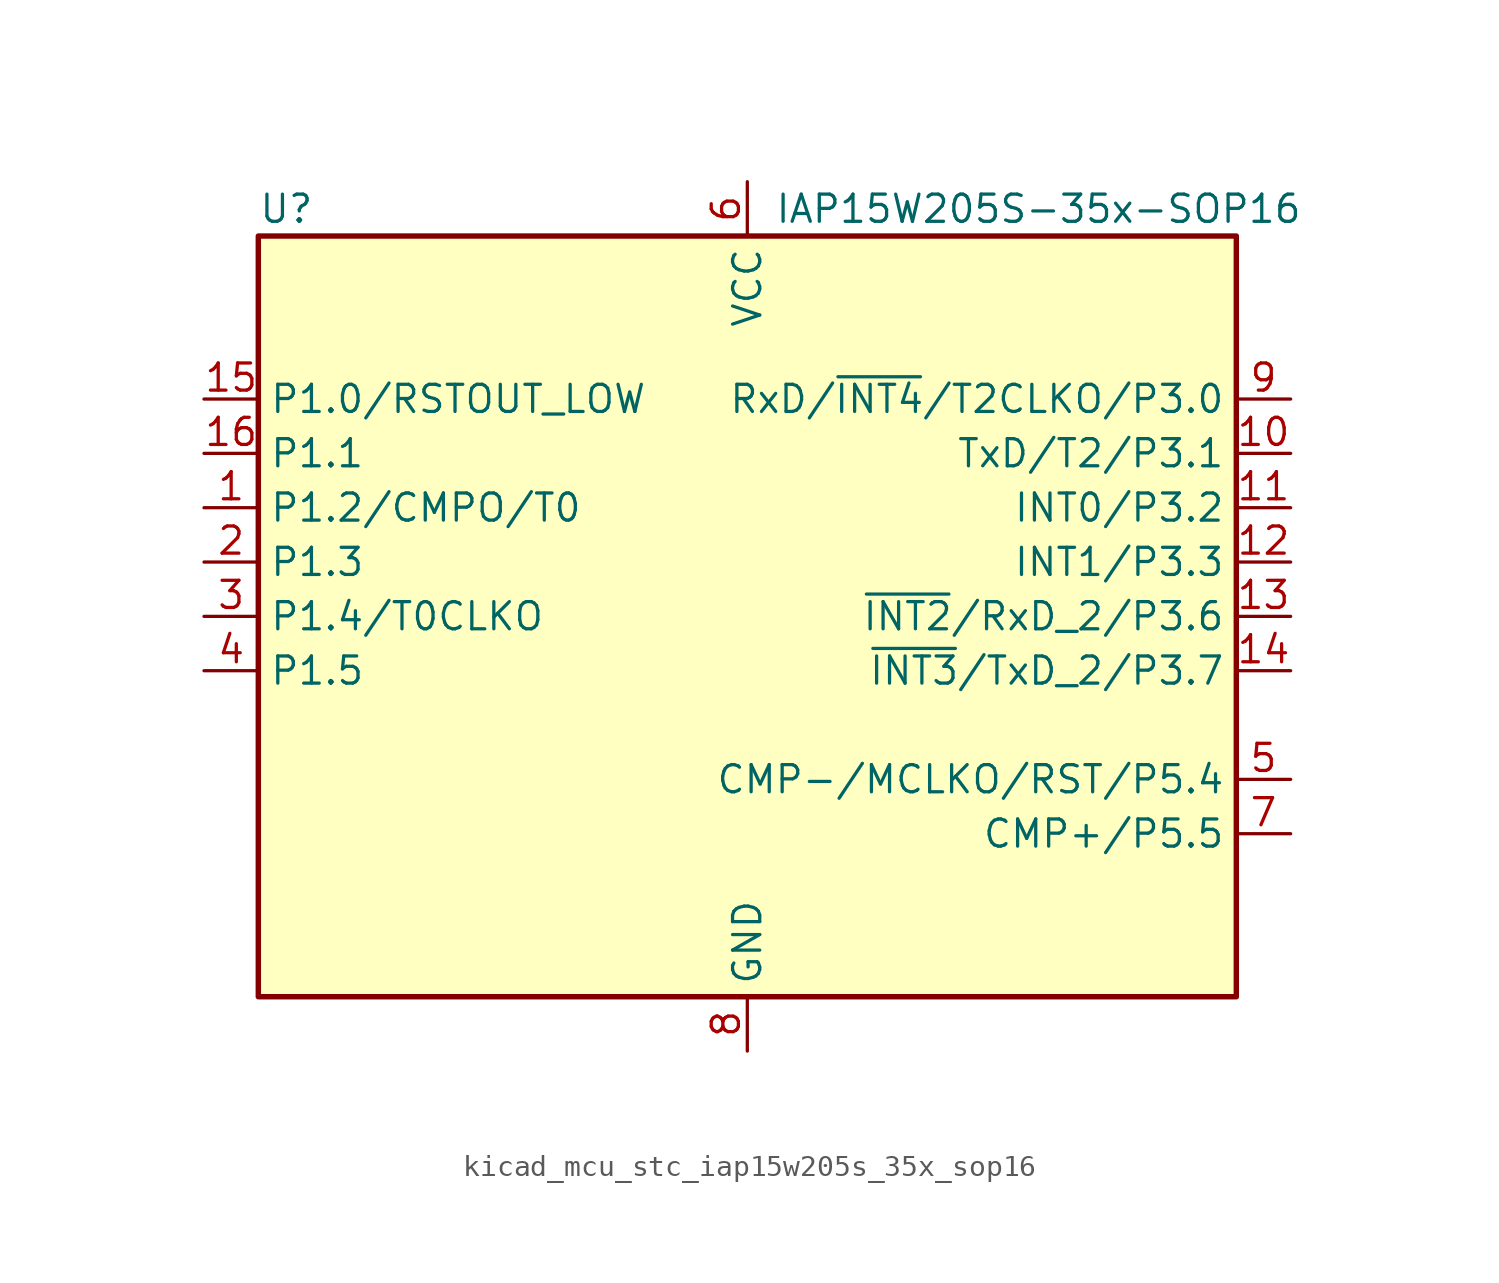
<source format=kicad_sym>
(kicad_symbol_lib
  (version 20220914)
  (generator kicad_symbol_editor)
  (symbol "kicad_mcu_stc_iap15w205s_35x_sop16"
    (property "Reference" "U"
      (at -22.86 19.05 0)
      (effects (font (size 1.27 1.27)) (justify left)))
    (property "Value" "IAP15W205S-35x-SOP16"
      (at 1.27 19.05 0)
      (effects (font (size 1.27 1.27)) (justify left)))
    (symbol "kicad_mcu_stc_iap15w205s_35x_sop16_0_1"
      (rectangle (start -22.86 17.78) (end 22.86 -17.78) (stroke (width 0.254) (type default)) (fill (type background))))
    (symbol "kicad_mcu_stc_iap15w205s_35x_sop16_1_1"
      (pin bidirectional line (at -25.4 5.08 0) (length 2.54) (name "P1.2/CMPO/T0" (effects (font (size 1.27 1.27)))) (number "1" (effects (font (size 1.27 1.27)))))
      (pin bidirectional line (at 25.4 7.62 180) (length 2.54) (name "TxD/T2/P3.1" (effects (font (size 1.27 1.27)))) (number "10" (effects (font (size 1.27 1.27)))))
      (pin bidirectional line (at 25.4 5.08 180) (length 2.54) (name "INT0/P3.2" (effects (font (size 1.27 1.27)))) (number "11" (effects (font (size 1.27 1.27)))))
      (pin bidirectional line (at 25.4 2.54 180) (length 2.54) (name "INT1/P3.3" (effects (font (size 1.27 1.27)))) (number "12" (effects (font (size 1.27 1.27)))))
      (pin bidirectional line (at 25.4 0 180) (length 2.54) (name "~{INT2}/RxD_2/P3.6" (effects (font (size 1.27 1.27)))) (number "13" (effects (font (size 1.27 1.27)))))
      (pin bidirectional line (at 25.4 -2.54 180) (length 2.54) (name "~{INT3}/TxD_2/P3.7" (effects (font (size 1.27 1.27)))) (number "14" (effects (font (size 1.27 1.27)))))
      (pin bidirectional line (at -25.4 10.16 0) (length 2.54) (name "P1.0/RSTOUT_LOW" (effects (font (size 1.27 1.27)))) (number "15" (effects (font (size 1.27 1.27)))))
      (pin bidirectional line (at -25.4 7.62 0) (length 2.54) (name "P1.1" (effects (font (size 1.27 1.27)))) (number "16" (effects (font (size 1.27 1.27)))))
      (pin bidirectional line (at -25.4 2.54 0) (length 2.54) (name "P1.3" (effects (font (size 1.27 1.27)))) (number "2" (effects (font (size 1.27 1.27)))))
      (pin bidirectional line (at -25.4 0 0) (length 2.54) (name "P1.4/T0CLKO" (effects (font (size 1.27 1.27)))) (number "3" (effects (font (size 1.27 1.27)))))
      (pin bidirectional line (at -25.4 -2.54 0) (length 2.54) (name "P1.5" (effects (font (size 1.27 1.27)))) (number "4" (effects (font (size 1.27 1.27)))))
      (pin bidirectional line (at 25.4 -7.62 180) (length 2.54) (name "CMP-/MCLKO/RST/P5.4" (effects (font (size 1.27 1.27)))) (number "5" (effects (font (size 1.27 1.27)))))
      (pin power_in line (at 0 20.32 270) (length 2.54) (name "VCC" (effects (font (size 1.27 1.27)))) (number "6" (effects (font (size 1.27 1.27)))))
      (pin bidirectional line (at 25.4 -10.16 180) (length 2.54) (name "CMP+/P5.5" (effects (font (size 1.27 1.27)))) (number "7" (effects (font (size 1.27 1.27)))))
      (pin power_in line (at 0 -20.32 90) (length 2.54) (name "GND" (effects (font (size 1.27 1.27)))) (number "8" (effects (font (size 1.27 1.27)))))
      (pin bidirectional line (at 25.4 10.16 180) (length 2.54) (name "RxD/~{INT4}/T2CLKO/P3.0" (effects (font (size 1.27 1.27)))) (number "9" (effects (font (size 1.27 1.27))))))))
</source>
